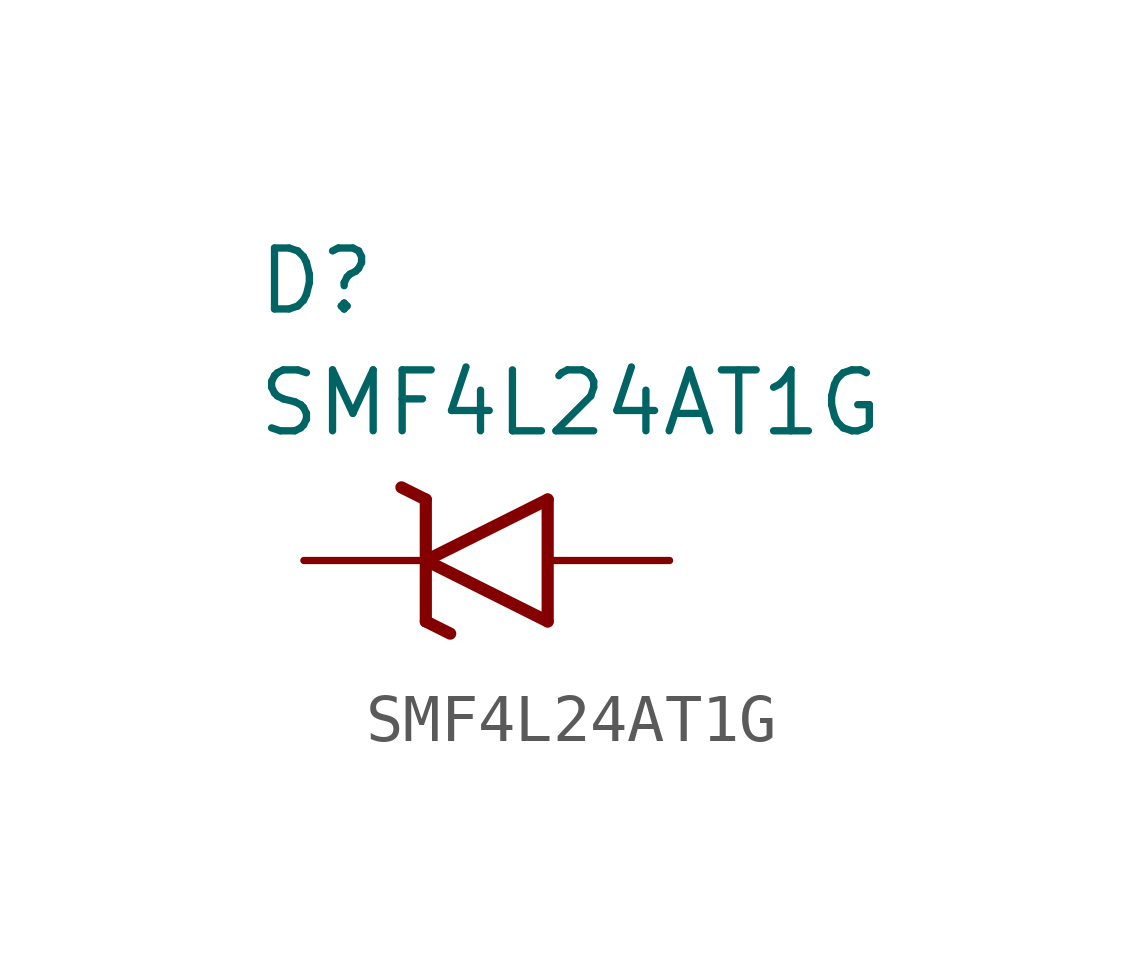
<source format=kicad_sym>
(kicad_symbol_lib
  (version 20220914)
  (generator kicad_symbol_editor)
  (symbol "SMF4L24AT1G"
    (pin_numbers hide)
    (pin_names hide)
    (property "Reference" "D"
      (at -3.556 5.08 0)
      (effects (font (size 1.27 1.27)) (justify left bottom)))
    (property "Value" "SMF4L24AT1G"
      (at -3.556 2.54 0)
      (effects (font (size 1.27 1.27)) (justify left bottom)))
    (symbol "SMF4L24AT1G_1_1"
      (polyline (pts (xy -0.508 1.524) (xy 0 1.27)) (stroke (width 0.254) (type default)) (fill (type none)))
      (polyline (pts (xy 0 -1.27) (xy 0 1.27)) (stroke (width 0.254) (type default)) (fill (type none)))
      (polyline (pts (xy 0 -1.27) (xy 0.508 -1.524)) (stroke (width 0.254) (type default)) (fill (type none)))
      (polyline (pts (xy 0 0) (xy 2.54 1.27)) (stroke (width 0.254) (type default)) (fill (type none)))
      (polyline (pts (xy 2.54 -1.27) (xy 0 0)) (stroke (width 0.254) (type default)) (fill (type none)))
      (polyline (pts (xy 2.54 -1.27) (xy 2.54 1.27)) (stroke (width 0.254) (type default)) (fill (type none)))
      (pin passive line (at -2.54 0 0) (length 2.54) (name "K" (effects (font (size 1.27 1.27)))) (number "1" (effects (font (size 1.27 1.27)))))
      (pin passive line (at 5.08 0 180) (length 2.54) (name "A" (effects (font (size 1.27 1.27)))) (number "2" (effects (font (size 1.27 1.27))))))))
</source>
